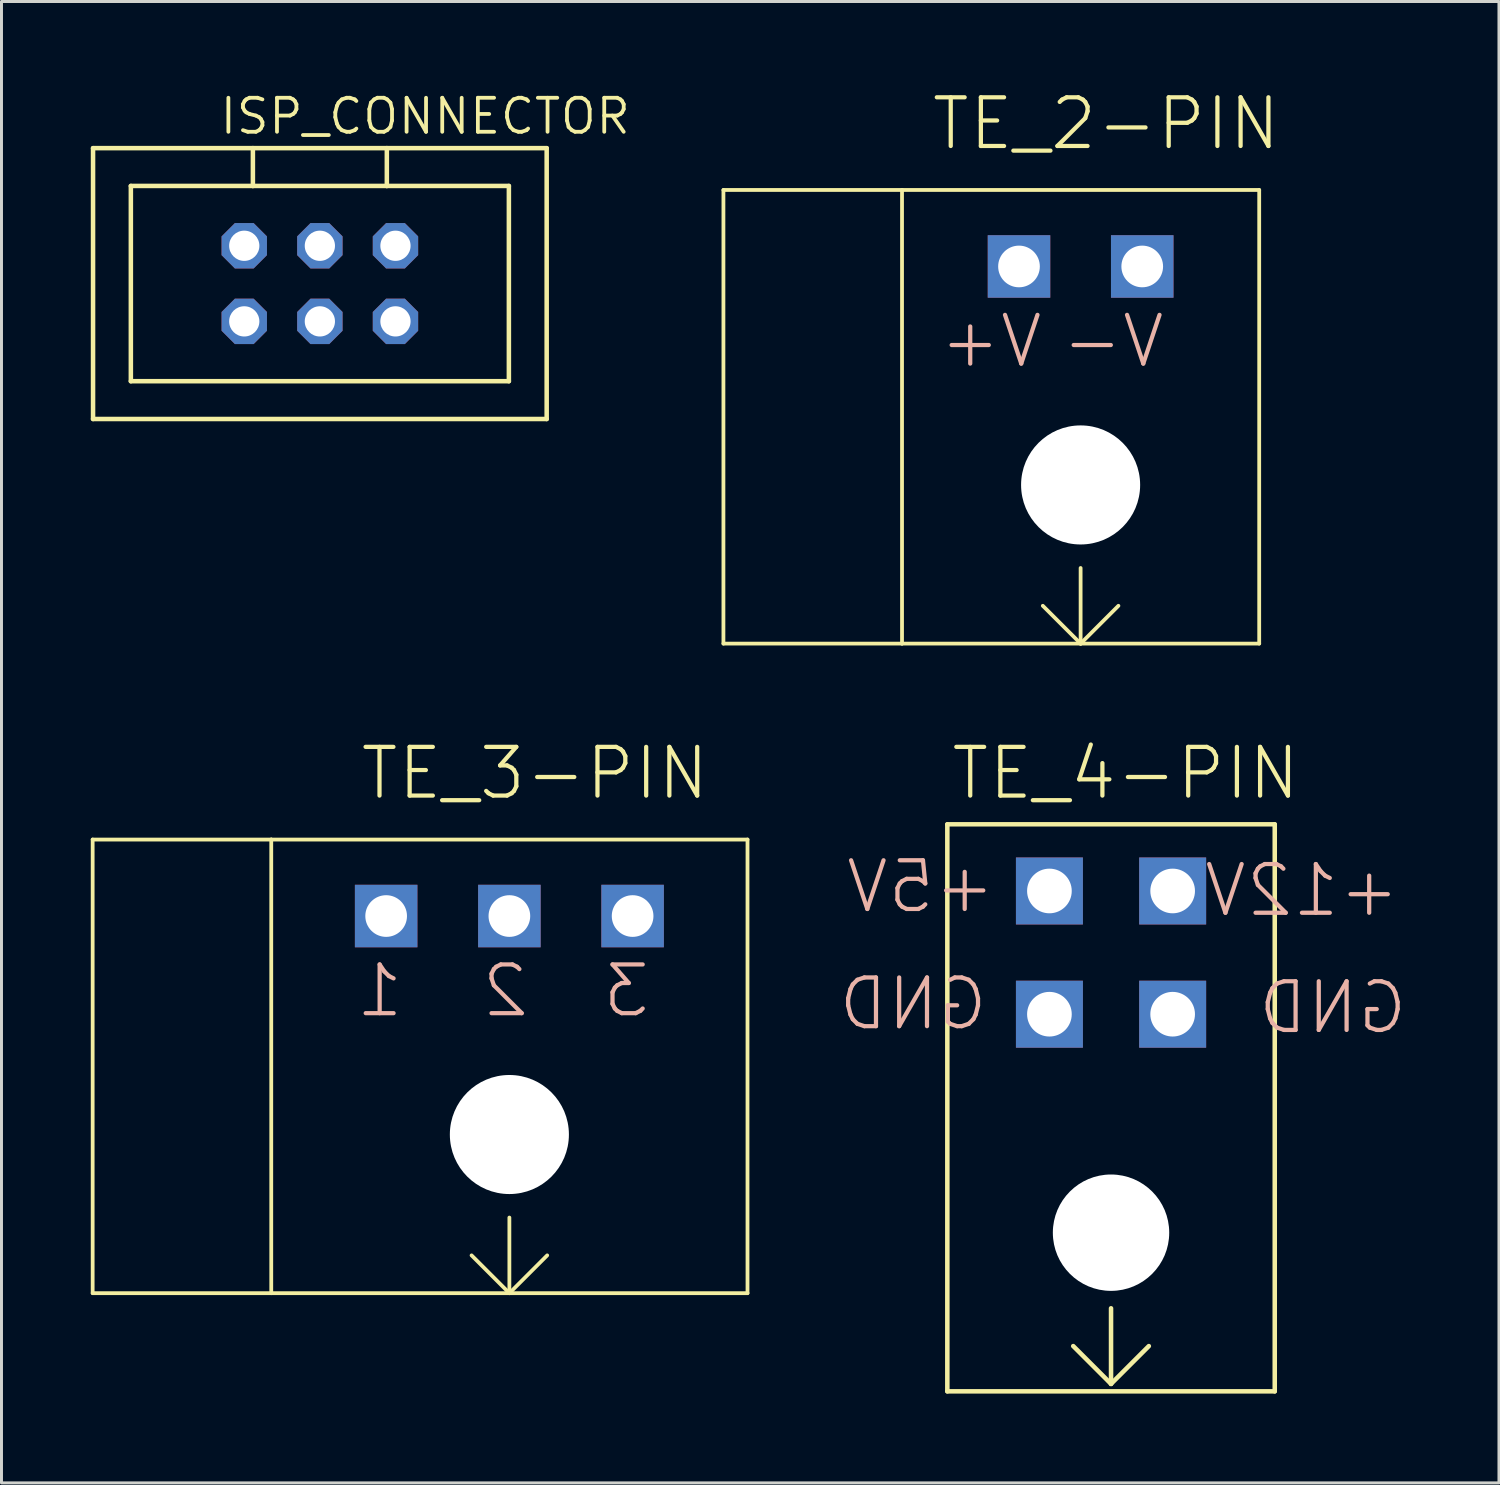
<source format=kicad_pcb>
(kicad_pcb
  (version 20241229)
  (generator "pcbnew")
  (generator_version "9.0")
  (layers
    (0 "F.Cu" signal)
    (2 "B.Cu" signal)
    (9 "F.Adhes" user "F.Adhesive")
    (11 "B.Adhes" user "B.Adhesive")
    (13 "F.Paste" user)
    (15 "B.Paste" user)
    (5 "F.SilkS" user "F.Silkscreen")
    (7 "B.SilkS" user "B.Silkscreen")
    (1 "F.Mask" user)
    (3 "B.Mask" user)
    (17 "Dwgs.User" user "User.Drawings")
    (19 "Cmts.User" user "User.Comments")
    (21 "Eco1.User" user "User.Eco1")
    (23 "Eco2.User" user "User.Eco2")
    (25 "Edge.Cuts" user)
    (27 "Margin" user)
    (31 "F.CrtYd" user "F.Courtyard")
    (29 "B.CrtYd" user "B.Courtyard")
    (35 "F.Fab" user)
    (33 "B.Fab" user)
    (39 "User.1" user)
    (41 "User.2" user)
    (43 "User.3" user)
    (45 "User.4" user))
  (footprint "TE_4-PIN"
    (layer "F.Cu")
    (at 34.276 38.363)
    (property "Reference" "TE_4-PIN" (at -5.447 -14.478 0) (layer "F.SilkS") (effects (font (size 1.636 1.636) (thickness 0.142)) (justify left bottom)))
    (fp_line (start -5.5 -13.72) (end 5.5 -13.72) (stroke (width 0.152) (type solid)) (layer "F.SilkS"))
    (fp_line (start -5.5 5.33) (end -5.5 -13.716) (stroke (width 0.152) (type solid)) (layer "F.SilkS"))
    (fp_line (start -5.5 5.33) (end 5.5 5.33) (stroke (width 0.152) (type solid)) (layer "F.SilkS"))
    (fp_line (start 0 5.08) (end -1.27 3.81) (stroke (width 0.152) (type solid)) (layer "F.SilkS"))
    (fp_line (start 0 5.08) (end 0 2.54) (stroke (width 0.152) (type solid)) (layer "F.SilkS"))
    (fp_line (start 0 5.08) (end 1.27 3.81) (stroke (width 0.152) (type solid)) (layer "F.SilkS"))
    (fp_line (start 5.5 -13.716) (end 5.5 5.33) (stroke (width 0.152) (type solid)) (layer "F.SilkS"))
    (fp_text user "+12V" (at 9.779 -10.541 0) (layer "B.SilkS") (effects (font (size 1.636 1.636) (thickness 0.142)) (justify left bottom mirror)))
    (fp_text user "GND" (at -4.064 -6.731 0) (layer "B.SilkS") (effects (font (size 1.636 1.636) (thickness 0.142)) (justify left bottom mirror)))
    (fp_text user "GND" (at 10.033 -6.604 0) (layer "B.SilkS") (effects (font (size 1.636 1.636) (thickness 0.142)) (justify left bottom mirror)))
    (fp_text user "+5V" (at -3.81 -10.668 0) (layer "B.SilkS") (effects (font (size 1.636 1.636) (thickness 0.142)) (justify left bottom mirror)))
    (pad "" np_thru_hole circle (at 0 0) (size 3.91 3.91) (drill 3.91) (layers "*.Cu" "*.Mask"))
    (pad "1" thru_hole rect (at 2.07 -11.48) (size 2.25 2.25) (drill 1.5) (layers "*.Cu" "*.Mask"))
    (pad "2" thru_hole rect (at -2.07 -11.48) (size 2.25 2.25) (drill 1.5) (layers "*.Cu" "*.Mask"))
    (pad "3" thru_hole rect (at 2.07 -7.34) (size 2.25 2.25) (drill 1.5) (layers "*.Cu" "*.Mask"))
    (pad "4" thru_hole rect (at -2.07 -7.34) (size 2.25 2.25) (drill 1.5) (layers "*.Cu" "*.Mask")))
  (footprint "TE_2-PIN"
    (layer "F.Cu")
    (at 33.254 18.572)
    (property "Reference" "TE_2-PIN" (at -5.08 -16.51 0) (layer "F.SilkS") (effects (font (size 1.636 1.636) (thickness 0.142)) (justify left bottom)))
    (fp_line (start -12 -15.24) (end -12 0) (stroke (width 0.127) (type solid)) (layer "F.SilkS"))
    (fp_line (start -12 0) (end -6 0) (stroke (width 0.127) (type solid)) (layer "F.SilkS"))
    (fp_line (start -6 -15.24) (end -12 -15.24) (stroke (width 0.127) (type solid)) (layer "F.SilkS"))
    (fp_line (start -6 -15.24) (end 6 -15.24) (stroke (width 0.127) (type solid)) (layer "F.SilkS"))
    (fp_line (start -6 0) (end -6 -15.24) (stroke (width 0.127) (type solid)) (layer "F.SilkS"))
    (fp_line (start -6 0) (end 0 0) (stroke (width 0.127) (type solid)) (layer "F.SilkS"))
    (fp_line (start 0 -2.54) (end 0 0) (stroke (width 0.127) (type solid)) (layer "F.SilkS"))
    (fp_line (start 0 0) (end -1.27 -1.27) (stroke (width 0.127) (type solid)) (layer "F.SilkS"))
    (fp_line (start 0 0) (end 1.27 -1.27) (stroke (width 0.127) (type solid)) (layer "F.SilkS"))
    (fp_line (start 0 0) (end 6 0) (stroke (width 0.127) (type solid)) (layer "F.SilkS"))
    (fp_line (start 6 -15.24) (end 6 0) (stroke (width 0.127) (type solid)) (layer "F.SilkS"))
    (fp_text user "V+" (at -1.2 -9.2 0) (layer "B.SilkS") (effects (font (size 1.636 1.636) (thickness 0.142)) (justify left bottom mirror)))
    (fp_text user "V-" (at 2.9 -9.2 0) (layer "B.SilkS") (effects (font (size 1.636 1.636) (thickness 0.142)) (justify left bottom mirror)))
    (pad "" np_thru_hole circle (at 0 -5.33) (size 4 4) (drill 4) (layers "*.Cu" "*.Mask"))
    (pad "1" thru_hole rect (at -2.07 -12.67) (size 2.1 2.1) (drill 1.4) (layers "*.Cu" "*.Mask"))
    (pad "2" thru_hole rect (at 2.07 -12.67) (size 2.1 2.1) (drill 1.4) (layers "*.Cu" "*.Mask")))
  (footprint "TE_3-PIN"
    (layer "F.Cu")
    (at 14.063 40.395)
    (property "Reference" "TE_3-PIN" (at -5.08 -16.51 0) (layer "F.SilkS") (effects (font (size 1.636 1.636) (thickness 0.142)) (justify left bottom)))
    (fp_line (start -14 -15.24) (end -14 0) (stroke (width 0.127) (type solid)) (layer "F.SilkS"))
    (fp_line (start -14 0) (end -8 0) (stroke (width 0.127) (type solid)) (layer "F.SilkS"))
    (fp_line (start -8 -15.24) (end -14 -15.24) (stroke (width 0.127) (type solid)) (layer "F.SilkS"))
    (fp_line (start -8 -15.24) (end 8 -15.24) (stroke (width 0.127) (type solid)) (layer "F.SilkS"))
    (fp_line (start -8 0) (end -8 -15.24) (stroke (width 0.127) (type solid)) (layer "F.SilkS"))
    (fp_line (start -8 0) (end 0 0) (stroke (width 0.127) (type solid)) (layer "F.SilkS"))
    (fp_line (start 0 -2.54) (end 0 0) (stroke (width 0.127) (type solid)) (layer "F.SilkS"))
    (fp_line (start 0 0) (end -1.27 -1.27) (stroke (width 0.127) (type solid)) (layer "F.SilkS"))
    (fp_line (start 0 0) (end 1.27 -1.27) (stroke (width 0.127) (type solid)) (layer "F.SilkS"))
    (fp_line (start 0 0) (end 8 0) (stroke (width 0.127) (type solid)) (layer "F.SilkS"))
    (fp_line (start 8 -15.24) (end 8 0) (stroke (width 0.127) (type solid)) (layer "F.SilkS"))
    (fp_text user "2" (at 0.741 -9.2 0) (layer "B.SilkS") (effects (font (size 1.636 1.636) (thickness 0.142)) (justify left bottom mirror)))
    (fp_text user "1" (at -3.486 -9.2 0) (layer "B.SilkS") (effects (font (size 1.636 1.636) (thickness 0.142)) (justify left bottom mirror)))
    (fp_text user "3" (at 4.805 -9.2 0) (layer "B.SilkS") (effects (font (size 1.636 1.636) (thickness 0.142)) (justify left bottom mirror)))
    (pad "" np_thru_hole circle (at 0 -5.33) (size 4 4) (drill 4) (layers "*.Cu" "*.Mask"))
    (pad "1" thru_hole rect (at -4.14 -12.67) (size 2.1 2.1) (drill 1.4) (layers "*.Cu" "*.Mask"))
    (pad "2" thru_hole rect (at 0 -12.67) (size 2.1 2.1) (drill 1.4) (layers "*.Cu" "*.Mask"))
    (pad "3" thru_hole rect (at 4.14 -12.67) (size 2.1 2.1) (drill 1.4) (layers "*.Cu" "*.Mask")))
  (footprint "ISP_CONNECTOR"
    (layer "F.Cu")
    (at 7.696 6.477)
    (property "Reference" "ISP_CONNECTOR" (at -3.429 -4.953 0) (layer "F.SilkS") (effects (font (size 1.143 1.143) (thickness 0.127)) (justify left bottom)))
    (fp_line (start -7.62 -4.55) (end -7.62 4.55) (stroke (width 0.152) (type solid)) (layer "F.SilkS"))
    (fp_line (start -7.62 -4.55) (end -2.25 -4.55) (stroke (width 0.152) (type solid)) (layer "F.SilkS"))
    (fp_line (start -7.62 4.55) (end 7.62 4.55) (stroke (width 0.152) (type solid)) (layer "F.SilkS"))
    (fp_line (start -6.35 -3.28) (end -2.25 -3.28) (stroke (width 0.152) (type solid)) (layer "F.SilkS"))
    (fp_line (start -6.35 3.28) (end -6.35 -3.28) (stroke (width 0.152) (type solid)) (layer "F.SilkS"))
    (fp_line (start -2.25 -4.55) (end 2.25 -4.55) (stroke (width 0.152) (type solid)) (layer "F.SilkS"))
    (fp_line (start -2.25 -3.28) (end -2.25 -4.55) (stroke (width 0.152) (type solid)) (layer "F.SilkS"))
    (fp_line (start -2.25 -3.28) (end 2.25 -3.28) (stroke (width 0.152) (type solid)) (layer "F.SilkS"))
    (fp_line (start 2.25 -4.55) (end 7.62 -4.55) (stroke (width 0.152) (type solid)) (layer "F.SilkS"))
    (fp_line (start 2.25 -3.28) (end 2.25 -4.55) (stroke (width 0.152) (type solid)) (layer "F.SilkS"))
    (fp_line (start 2.25 -3.28) (end 6.35 -3.28) (stroke (width 0.152) (type solid)) (layer "F.SilkS"))
    (fp_line (start 6.35 -3.28) (end 6.35 3.28) (stroke (width 0.152) (type solid)) (layer "F.SilkS"))
    (fp_line (start 6.35 3.28) (end -6.35 3.28) (stroke (width 0.152) (type solid)) (layer "F.SilkS"))
    (fp_line (start 7.62 -4.55) (end 7.62 4.55) (stroke (width 0.152) (type solid)) (layer "F.SilkS"))
    (fp_poly (pts (xy -2.286 -1.524) (xy -2.794 -1.524) (xy -2.794 -1.016) (xy -2.286 -1.016)) (stroke (width 0.1) (type default)) (fill no) (layer "F.Fab"))
    (fp_poly (pts (xy -2.286 1.016) (xy -2.794 1.016) (xy -2.794 1.524) (xy -2.286 1.524)) (stroke (width 0.1) (type default)) (fill no) (layer "F.Fab"))
    (fp_poly (pts (xy -0.254 1.016) (xy -0.254 1.524) (xy 0.254 1.524) (xy 0.254 1.016)) (stroke (width 0.1) (type default)) (fill no) (layer "F.Fab"))
    (fp_poly (pts (xy 0.254 -1.524) (xy -0.254 -1.524) (xy -0.254 -1.016) (xy 0.254 -1.016)) (stroke (width 0.1) (type default)) (fill no) (layer "F.Fab"))
    (fp_poly (pts (xy 2.794 -1.524) (xy 2.286 -1.524) (xy 2.286 -1.016) (xy 2.794 -1.016)) (stroke (width 0.1) (type default)) (fill no) (layer "F.Fab"))
    (fp_poly (pts (xy 2.794 1.016) (xy 2.286 1.016) (xy 2.286 1.524) (xy 2.794 1.524)) (stroke (width 0.1) (type default)) (fill no) (layer "F.Fab"))
    (pad "1" thru_hole roundrect (at 2.54 -1.27 180) (size 1.524 1.524) (drill 1.016) (layers "*.Cu" "*.Mask") (roundrect_rratio 0.25) (chamfer_ratio 0.293) (chamfer top_left top_right bottom_left bottom_right))
    (pad "2" thru_hole roundrect (at 2.54 1.27 180) (size 1.524 1.524) (drill 1.016) (layers "*.Cu" "*.Mask") (roundrect_rratio 0.25) (chamfer_ratio 0.293) (chamfer top_left top_right bottom_left bottom_right))
    (pad "3" thru_hole roundrect (at 0 -1.27 180) (size 1.524 1.524) (drill 1.016) (layers "*.Cu" "*.Mask") (roundrect_rratio 0.25) (chamfer_ratio 0.293) (chamfer top_left top_right bottom_left bottom_right))
    (pad "4" thru_hole roundrect (at 0 1.27 180) (size 1.524 1.524) (drill 1.016) (layers "*.Cu" "*.Mask") (roundrect_rratio 0.25) (chamfer_ratio 0.293) (chamfer top_left top_right bottom_left bottom_right))
    (pad "5" thru_hole roundrect (at -2.54 -1.27 180) (size 1.524 1.524) (drill 1.016) (layers "*.Cu" "*.Mask") (roundrect_rratio 0.25) (chamfer_ratio 0.293) (chamfer top_left top_right bottom_left bottom_right))
    (pad "6" thru_hole roundrect (at -2.54 1.27 180) (size 1.524 1.524) (drill 1.016) (layers "*.Cu" "*.Mask") (roundrect_rratio 0.25) (chamfer_ratio 0.293) (chamfer top_left top_right bottom_left bottom_right)))
  (gr_rect
    (start -3 -3)
    (end 47.309 46.769)
    (stroke (width 0.1) (type default))
    (fill no)
    (layer "Edge.Cuts")))
</source>
